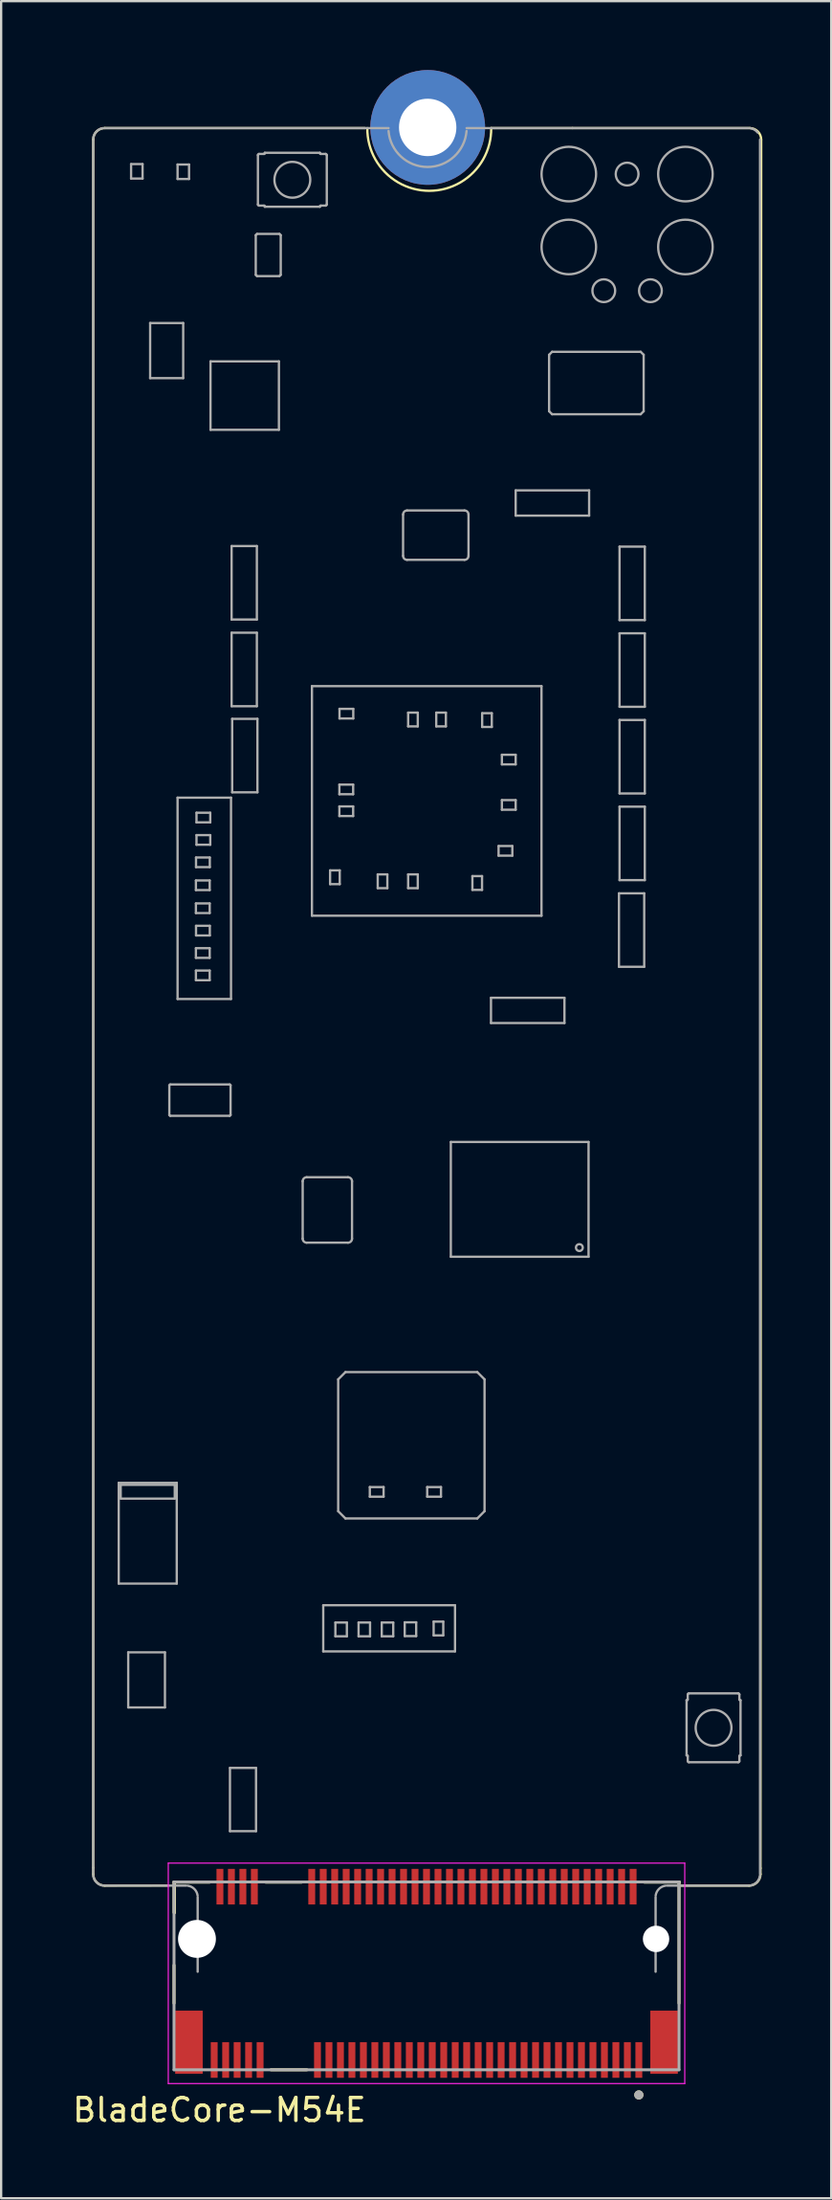
<source format=kicad_pcb>
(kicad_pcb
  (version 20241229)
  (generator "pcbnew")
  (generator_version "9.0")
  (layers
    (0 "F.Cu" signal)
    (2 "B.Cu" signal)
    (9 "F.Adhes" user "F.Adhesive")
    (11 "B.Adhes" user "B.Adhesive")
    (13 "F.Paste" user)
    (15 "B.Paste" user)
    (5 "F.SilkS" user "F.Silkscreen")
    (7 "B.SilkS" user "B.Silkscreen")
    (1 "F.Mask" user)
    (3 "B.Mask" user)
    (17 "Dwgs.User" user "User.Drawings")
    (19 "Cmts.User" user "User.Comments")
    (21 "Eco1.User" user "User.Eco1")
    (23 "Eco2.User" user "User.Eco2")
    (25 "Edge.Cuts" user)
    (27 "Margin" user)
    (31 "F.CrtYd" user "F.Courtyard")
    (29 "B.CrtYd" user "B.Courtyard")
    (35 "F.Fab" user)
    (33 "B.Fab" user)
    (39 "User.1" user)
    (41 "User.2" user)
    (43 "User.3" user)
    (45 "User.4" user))
  (footprint "BladeCore-M54E"
    (layer "F.Cu")
    (at 15.531 85)
    (property "Reference" "BladeCore-M54E" (at -9.025 3.85 0) (layer "F.SilkS") (effects (font (size 1 1) (thickness 0.15))))
    (attr smd)
    (fp_line (start -14.52 -6.7) (end -14.52 -81.97) (stroke (width 0.1) (type default)) (layer "F.SilkS"))
    (fp_line (start -14.52 -6.421) (end -14.52 -6.7) (stroke (width 0.1) (type default)) (layer "F.SilkS"))
    (fp_line (start -14.02 -82.47) (end -2.68 -82.47) (stroke (width 0.1) (type default)) (layer "F.SilkS"))
    (fp_line (start -11.271 -5.926) (end -14.019 -5.921) (stroke (width 0.1) (type default)) (layer "F.SilkS"))
    (fp_line (start -11 -6.08) (end -11 -4.745) (stroke (width 0.127) (type solid)) (layer "F.SilkS"))
    (fp_line (start -11 -6.08) (end -9.47 -6.08) (stroke (width 0.127) (type solid)) (layer "F.SilkS"))
    (fp_line (start -11 -0.795) (end -11 -2.455) (stroke (width 0.127) (type solid)) (layer "F.SilkS"))
    (fp_line (start -10.98 -6.07) (end -10.98 -4.735) (stroke (width 0.127) (type solid)) (layer "F.SilkS"))
    (fp_line (start -10.98 -6.07) (end -9.45 -6.07) (stroke (width 0.127) (type solid)) (layer "F.SilkS"))
    (fp_line (start -5.463 -6.08) (end -7.027 -6.08) (stroke (width 0.127) (type solid)) (layer "F.SilkS"))
    (fp_line (start -5.444 -6.07) (end -7.006 -6.07) (stroke (width 0.127) (type solid)) (layer "F.SilkS"))
    (fp_line (start -5.213 2.1) (end -6.777 2.1) (stroke (width 0.127) (type solid)) (layer "F.SilkS"))
    (fp_line (start 2.818 -82.471) (end 6.36 -82.47) (stroke (width 0.1) (type default)) (layer "F.SilkS"))
    (fp_line (start 6.36 -82.47) (end 14.08 -82.47) (stroke (width 0.1) (type default)) (layer "F.SilkS"))
    (fp_line (start 9.47 -6.08) (end 11 -6.08) (stroke (width 0.127) (type solid)) (layer "F.SilkS"))
    (fp_line (start 9.49 -6.07) (end 11.02 -6.07) (stroke (width 0.127) (type solid)) (layer "F.SilkS"))
    (fp_line (start 11 -6.08) (end 11 -0.795) (stroke (width 0.127) (type solid)) (layer "F.SilkS"))
    (fp_line (start 14.05 -5.92) (end 11.1 -5.92) (stroke (width 0.1) (type default)) (layer "F.SilkS"))
    (fp_line (start 14.55 -6.68) (end 14.55 -6.42) (stroke (width 0.1) (type default)) (layer "F.SilkS"))
    (fp_line (start 14.58 -81.97) (end 14.55 -6.68) (stroke (width 0.1) (type default)) (layer "F.SilkS"))
    (fp_arc (start -14.52 -81.97) (mid -14.373553 -82.323553) (end -14.02 -82.47) (stroke (width 0.1) (type default)) (layer "F.SilkS"))
    (fp_arc (start -14.019028 -5.920974) (mid -14.37321 -6.067076) (end -14.52 -6.420973) (stroke (width 0.1) (type default)) (layer "F.SilkS"))
    (fp_arc (start 2.817897 -82.470769) (mid 0.12093 -79.741928) (end -2.577919 -82.468907) (stroke (width 0.1) (type default)) (layer "F.SilkS"))
    (fp_arc (start 14.079802 -82.47) (mid 14.433424 -82.323483) (end 14.579802 -81.969802) (stroke (width 0.1) (type default)) (layer "F.SilkS"))
    (fp_arc (start 14.55 -6.42) (mid 14.403553 -6.066447) (end 14.05 -5.92) (stroke (width 0.1) (type default)) (layer "F.SilkS"))
    (fp_circle (center 9.25 3.196) (end 9.15 3.196) (stroke (width 0.2) (type solid)) (fill no) (layer "F.SilkS"))
    (fp_line (start -11.25 -6.9) (end -11.25 2.7) (stroke (width 0.05) (type solid)) (layer "F.CrtYd"))
    (fp_line (start -11.25 2.7) (end 11.25 2.7) (stroke (width 0.05) (type solid)) (layer "F.CrtYd"))
    (fp_line (start 11.25 -6.9) (end -11.25 -6.9) (stroke (width 0.05) (type solid)) (layer "F.CrtYd"))
    (fp_line (start 11.25 2.7) (end 11.25 -6.9) (stroke (width 0.05) (type solid)) (layer "F.CrtYd"))
    (fp_line (start -14.52 -6.42) (end -14.52 -81.97) (stroke (width 0.1) (type default)) (layer "F.Fab"))
    (fp_line (start -14.02 -82.47) (end -1.653 -82.47) (stroke (width 0.1) (type default)) (layer "F.Fab"))
    (fp_line (start -13.409 -23.464) (end -13.409 -19.076) (stroke (width 0.1) (type default)) (layer "F.Fab"))
    (fp_line (start -13.409 -19.076) (end -10.881 -19.076) (stroke (width 0.1) (type default)) (layer "F.Fab"))
    (fp_line (start -13.323 -23.378) (end -10.967 -23.378) (stroke (width 0.1) (type default)) (layer "F.Fab"))
    (fp_line (start -13.323 -22.778) (end -13.323 -23.378) (stroke (width 0.1) (type default)) (layer "F.Fab"))
    (fp_line (start -12.995 -16.082) (end -12.995 -13.682) (stroke (width 0.1) (type default)) (layer "F.Fab"))
    (fp_line (start -12.995 -13.682) (end -11.395 -13.682) (stroke (width 0.1) (type default)) (layer "F.Fab"))
    (fp_line (start -12.87 -80.903) (end -12.87 -80.272) (stroke (width 0.1) (type default)) (layer "F.Fab"))
    (fp_line (start -12.87 -80.272) (end -12.37 -80.272) (stroke (width 0.1) (type default)) (layer "F.Fab"))
    (fp_line (start -12.37 -80.903) (end -12.87 -80.903) (stroke (width 0.1) (type default)) (layer "F.Fab"))
    (fp_line (start -12.37 -80.272) (end -12.37 -80.903) (stroke (width 0.1) (type default)) (layer "F.Fab"))
    (fp_line (start -12.04 -73.98) (end -12.04 -71.58) (stroke (width 0.1) (type default)) (layer "F.Fab"))
    (fp_line (start -12.04 -71.58) (end -10.6 -71.58) (stroke (width 0.1) (type default)) (layer "F.Fab"))
    (fp_line (start -11.395 -16.082) (end -12.995 -16.082) (stroke (width 0.1) (type default)) (layer "F.Fab"))
    (fp_line (start -11.395 -13.682) (end -11.395 -16.082) (stroke (width 0.1) (type default)) (layer "F.Fab"))
    (fp_line (start -11.204 -40.779) (end -11.204 -39.486) (stroke (width 0.1) (type default)) (layer "F.Fab"))
    (fp_line (start -11.204 -39.486) (end -11.167 -39.449) (stroke (width 0.1) (type default)) (layer "F.Fab"))
    (fp_line (start -11.167 -40.816) (end -11.204 -40.779) (stroke (width 0.1) (type default)) (layer "F.Fab"))
    (fp_line (start -11.167 -39.449) (end -8.573 -39.449) (stroke (width 0.1) (type default)) (layer "F.Fab"))
    (fp_line (start -11 -6.08) (end 11 -6.08) (stroke (width 0.127) (type solid)) (layer "F.Fab"))
    (fp_line (start -11 2.1) (end -11 -6.08) (stroke (width 0.127) (type solid)) (layer "F.Fab"))
    (fp_line (start -10.967 -23.378) (end -10.967 -22.778) (stroke (width 0.1) (type default)) (layer "F.Fab"))
    (fp_line (start -10.967 -22.778) (end -13.323 -22.778) (stroke (width 0.1) (type default)) (layer "F.Fab"))
    (fp_line (start -10.881 -23.464) (end -13.409 -23.464) (stroke (width 0.1) (type default)) (layer "F.Fab"))
    (fp_line (start -10.881 -19.076) (end -10.881 -23.464) (stroke (width 0.1) (type default)) (layer "F.Fab"))
    (fp_line (start -10.845 -53.308) (end -8.517 -53.308) (stroke (width 0.1) (type default)) (layer "F.Fab"))
    (fp_line (start -10.845 -44.538) (end -10.845 -53.308) (stroke (width 0.1) (type default)) (layer "F.Fab"))
    (fp_line (start -10.845 -80.885) (end -10.845 -80.255) (stroke (width 0.1) (type default)) (layer "F.Fab"))
    (fp_line (start -10.845 -80.255) (end -10.345 -80.255) (stroke (width 0.1) (type default)) (layer "F.Fab"))
    (fp_line (start -10.6 -73.98) (end -12.04 -73.98) (stroke (width 0.1) (type default)) (layer "F.Fab"))
    (fp_line (start -10.6 -71.58) (end -10.6 -73.98) (stroke (width 0.1) (type default)) (layer "F.Fab"))
    (fp_line (start -10.47 -5.92) (end -14.02 -5.92) (stroke (width 0.1) (type default)) (layer "F.Fab"))
    (fp_line (start -10.345 -80.885) (end -10.845 -80.885) (stroke (width 0.1) (type default)) (layer "F.Fab"))
    (fp_line (start -10.345 -80.255) (end -10.345 -80.885) (stroke (width 0.1) (type default)) (layer "F.Fab"))
    (fp_line (start -10.046 -49.701) (end -9.446 -49.701) (stroke (width 0.1) (type default)) (layer "F.Fab"))
    (fp_line (start -10.046 -49.281) (end -10.046 -49.701) (stroke (width 0.1) (type default)) (layer "F.Fab"))
    (fp_line (start -10.046 -48.701) (end -9.446 -48.701) (stroke (width 0.1) (type default)) (layer "F.Fab"))
    (fp_line (start -10.046 -48.281) (end -10.046 -48.701) (stroke (width 0.1) (type default)) (layer "F.Fab"))
    (fp_line (start -10.046 -46.751) (end -9.446 -46.751) (stroke (width 0.1) (type default)) (layer "F.Fab"))
    (fp_line (start -10.046 -46.331) (end -10.046 -46.751) (stroke (width 0.1) (type default)) (layer "F.Fab"))
    (fp_line (start -10.046 -45.776) (end -9.446 -45.776) (stroke (width 0.1) (type default)) (layer "F.Fab"))
    (fp_line (start -10.046 -45.356) (end -10.046 -45.776) (stroke (width 0.1) (type default)) (layer "F.Fab"))
    (fp_line (start -10.041 -50.701) (end -9.441 -50.701) (stroke (width 0.1) (type default)) (layer "F.Fab"))
    (fp_line (start -10.041 -50.281) (end -10.041 -50.701) (stroke (width 0.1) (type default)) (layer "F.Fab"))
    (fp_line (start -10.041 -47.726) (end -9.441 -47.726) (stroke (width 0.1) (type default)) (layer "F.Fab"))
    (fp_line (start -10.041 -47.306) (end -10.041 -47.726) (stroke (width 0.1) (type default)) (layer "F.Fab"))
    (fp_line (start -10.021 -52.651) (end -9.421 -52.651) (stroke (width 0.1) (type default)) (layer "F.Fab"))
    (fp_line (start -10.021 -52.231) (end -10.021 -52.651) (stroke (width 0.1) (type default)) (layer "F.Fab"))
    (fp_line (start -10.021 -51.676) (end -9.421 -51.676) (stroke (width 0.1) (type default)) (layer "F.Fab"))
    (fp_line (start -10.021 -51.256) (end -10.021 -51.676) (stroke (width 0.1) (type default)) (layer "F.Fab"))
    (fp_line (start -9.97 -2.17) (end -9.97 -5.42) (stroke (width 0.1) (type default)) (layer "F.Fab"))
    (fp_line (start -9.446 -49.701) (end -9.446 -49.281) (stroke (width 0.1) (type default)) (layer "F.Fab"))
    (fp_line (start -9.446 -49.281) (end -10.046 -49.281) (stroke (width 0.1) (type default)) (layer "F.Fab"))
    (fp_line (start -9.446 -48.701) (end -9.446 -48.281) (stroke (width 0.1) (type default)) (layer "F.Fab"))
    (fp_line (start -9.446 -48.281) (end -10.046 -48.281) (stroke (width 0.1) (type default)) (layer "F.Fab"))
    (fp_line (start -9.446 -46.751) (end -9.446 -46.331) (stroke (width 0.1) (type default)) (layer "F.Fab"))
    (fp_line (start -9.446 -46.331) (end -10.046 -46.331) (stroke (width 0.1) (type default)) (layer "F.Fab"))
    (fp_line (start -9.446 -45.776) (end -9.446 -45.356) (stroke (width 0.1) (type default)) (layer "F.Fab"))
    (fp_line (start -9.446 -45.356) (end -10.046 -45.356) (stroke (width 0.1) (type default)) (layer "F.Fab"))
    (fp_line (start -9.441 -50.701) (end -9.441 -50.281) (stroke (width 0.1) (type default)) (layer "F.Fab"))
    (fp_line (start -9.441 -50.281) (end -10.041 -50.281) (stroke (width 0.1) (type default)) (layer "F.Fab"))
    (fp_line (start -9.441 -47.726) (end -9.441 -47.306) (stroke (width 0.1) (type default)) (layer "F.Fab"))
    (fp_line (start -9.441 -47.306) (end -10.041 -47.306) (stroke (width 0.1) (type default)) (layer "F.Fab"))
    (fp_line (start -9.421 -52.651) (end -9.421 -52.231) (stroke (width 0.1) (type default)) (layer "F.Fab"))
    (fp_line (start -9.421 -52.231) (end -10.021 -52.231) (stroke (width 0.1) (type default)) (layer "F.Fab"))
    (fp_line (start -9.421 -51.676) (end -9.421 -51.256) (stroke (width 0.1) (type default)) (layer "F.Fab"))
    (fp_line (start -9.421 -51.256) (end -10.021 -51.256) (stroke (width 0.1) (type default)) (layer "F.Fab"))
    (fp_line (start -9.41 -72.31) (end -9.41 -69.33) (stroke (width 0.1) (type default)) (layer "F.Fab"))
    (fp_line (start -9.41 -69.33) (end -6.43 -69.33) (stroke (width 0.1) (type default)) (layer "F.Fab"))
    (fp_line (start -8.573 -40.816) (end -11.167 -40.816) (stroke (width 0.1) (type default)) (layer "F.Fab"))
    (fp_line (start -8.573 -39.449) (end -8.536 -39.486) (stroke (width 0.1) (type default)) (layer "F.Fab"))
    (fp_line (start -8.563 -11.048) (end -8.563 -8.292) (stroke (width 0.1) (type default)) (layer "F.Fab"))
    (fp_line (start -8.563 -8.292) (end -7.427 -8.292) (stroke (width 0.1) (type default)) (layer "F.Fab"))
    (fp_line (start -8.536 -40.779) (end -8.573 -40.816) (stroke (width 0.1) (type default)) (layer "F.Fab"))
    (fp_line (start -8.536 -39.486) (end -8.536 -40.779) (stroke (width 0.1) (type default)) (layer "F.Fab"))
    (fp_line (start -8.517 -53.308) (end -8.517 -44.538) (stroke (width 0.1) (type default)) (layer "F.Fab"))
    (fp_line (start -8.517 -44.538) (end -10.845 -44.538) (stroke (width 0.1) (type default)) (layer "F.Fab"))
    (fp_line (start -8.491 -64.266) (end -8.491 -61.066) (stroke (width 0.1) (type default)) (layer "F.Fab"))
    (fp_line (start -8.491 -61.066) (end -7.391 -61.066) (stroke (width 0.1) (type default)) (layer "F.Fab"))
    (fp_line (start -8.491 -60.491) (end -8.491 -57.291) (stroke (width 0.1) (type default)) (layer "F.Fab"))
    (fp_line (start -8.491 -57.291) (end -7.391 -57.291) (stroke (width 0.1) (type default)) (layer "F.Fab"))
    (fp_line (start -8.466 -56.741) (end -8.466 -53.541) (stroke (width 0.1) (type default)) (layer "F.Fab"))
    (fp_line (start -8.466 -53.541) (end -7.366 -53.541) (stroke (width 0.1) (type default)) (layer "F.Fab"))
    (fp_line (start -7.439 -77.807) (end -7.439 -76.078) (stroke (width 0.1) (type default)) (layer "F.Fab"))
    (fp_line (start -7.439 -76.078) (end -7.384 -76.024) (stroke (width 0.1) (type default)) (layer "F.Fab"))
    (fp_line (start -7.427 -11.048) (end -8.563 -11.048) (stroke (width 0.1) (type default)) (layer "F.Fab"))
    (fp_line (start -7.427 -8.292) (end -7.427 -11.048) (stroke (width 0.1) (type default)) (layer "F.Fab"))
    (fp_line (start -7.391 -64.266) (end -8.491 -64.266) (stroke (width 0.1) (type default)) (layer "F.Fab"))
    (fp_line (start -7.391 -61.066) (end -7.391 -64.266) (stroke (width 0.1) (type default)) (layer "F.Fab"))
    (fp_line (start -7.391 -60.491) (end -8.491 -60.491) (stroke (width 0.1) (type default)) (layer "F.Fab"))
    (fp_line (start -7.391 -57.291) (end -7.391 -60.491) (stroke (width 0.1) (type default)) (layer "F.Fab"))
    (fp_line (start -7.384 -77.861) (end -7.439 -77.807) (stroke (width 0.1) (type default)) (layer "F.Fab"))
    (fp_line (start -7.384 -76.024) (end -6.406 -76.024) (stroke (width 0.1) (type default)) (layer "F.Fab"))
    (fp_line (start -7.366 -56.741) (end -8.466 -56.741) (stroke (width 0.1) (type default)) (layer "F.Fab"))
    (fp_line (start -7.366 -53.541) (end -7.366 -56.741) (stroke (width 0.1) (type default)) (layer "F.Fab"))
    (fp_line (start -7.345 -81.295) (end -7.345 -79.145) (stroke (width 0.1) (type default)) (layer "F.Fab"))
    (fp_line (start -7.295 -79.095) (end -7.075 -79.095) (stroke (width 0.1) (type default)) (layer "F.Fab"))
    (fp_line (start -7.075 -81.345) (end -7.295 -81.345) (stroke (width 0.1) (type default)) (layer "F.Fab"))
    (fp_line (start -7.045 -81.395) (end -7.045 -81.375) (stroke (width 0.1) (type default)) (layer "F.Fab"))
    (fp_line (start -7.045 -79.065) (end -7.045 -79.045) (stroke (width 0.1) (type default)) (layer "F.Fab"))
    (fp_line (start -7.045 -79.045) (end -4.645 -79.045) (stroke (width 0.1) (type default)) (layer "F.Fab"))
    (fp_line (start -6.43 -72.31) (end -9.41 -72.31) (stroke (width 0.1) (type default)) (layer "F.Fab"))
    (fp_line (start -6.43 -69.33) (end -6.43 -72.31) (stroke (width 0.1) (type default)) (layer "F.Fab"))
    (fp_line (start -6.406 -77.861) (end -7.384 -77.861) (stroke (width 0.1) (type default)) (layer "F.Fab"))
    (fp_line (start -6.406 -76.024) (end -6.351 -76.078) (stroke (width 0.1) (type default)) (layer "F.Fab"))
    (fp_line (start -6.351 -77.807) (end -6.406 -77.861) (stroke (width 0.1) (type default)) (layer "F.Fab"))
    (fp_line (start -6.351 -76.078) (end -6.351 -77.807) (stroke (width 0.1) (type default)) (layer "F.Fab"))
    (fp_line (start -5.395 -36.6) (end -5.395 -34.1) (stroke (width 0.1) (type default)) (layer "F.Fab"))
    (fp_line (start -5.22 -33.925) (end -3.42 -33.925) (stroke (width 0.1) (type default)) (layer "F.Fab"))
    (fp_line (start -4.991 -58.166) (end -4.991 -48.166) (stroke (width 0.1) (type default)) (layer "F.Fab"))
    (fp_line (start -4.991 -48.166) (end 5.009 -48.166) (stroke (width 0.1) (type default)) (layer "F.Fab"))
    (fp_line (start -4.645 -81.395) (end -7.045 -81.395) (stroke (width 0.1) (type default)) (layer "F.Fab"))
    (fp_line (start -4.645 -81.375) (end -4.645 -81.395) (stroke (width 0.1) (type default)) (layer "F.Fab"))
    (fp_line (start -4.645 -79.045) (end -4.645 -79.065) (stroke (width 0.1) (type default)) (layer "F.Fab"))
    (fp_line (start -4.615 -79.095) (end -4.395 -79.095) (stroke (width 0.1) (type default)) (layer "F.Fab"))
    (fp_line (start -4.499 -18.132) (end -4.499 -16.123) (stroke (width 0.1) (type default)) (layer "F.Fab"))
    (fp_line (start -4.499 -16.123) (end 1.242 -16.123) (stroke (width 0.1) (type default)) (layer "F.Fab"))
    (fp_line (start -4.395 -81.345) (end -4.615 -81.345) (stroke (width 0.1) (type default)) (layer "F.Fab"))
    (fp_line (start -4.345 -79.145) (end -4.345 -81.295) (stroke (width 0.1) (type default)) (layer "F.Fab"))
    (fp_line (start -4.201 -50.141) (end -3.781 -50.141) (stroke (width 0.1) (type default)) (layer "F.Fab"))
    (fp_line (start -4.201 -49.541) (end -4.201 -50.141) (stroke (width 0.1) (type default)) (layer "F.Fab"))
    (fp_line (start -3.97 -17.38) (end -3.47 -17.38) (stroke (width 0.1) (type default)) (layer "F.Fab"))
    (fp_line (start -3.97 -16.78) (end -3.97 -17.38) (stroke (width 0.1) (type default)) (layer "F.Fab"))
    (fp_line (start -3.848 -27.971) (end -3.848 -22.229) (stroke (width 0.1) (type default)) (layer "F.Fab"))
    (fp_line (start -3.848 -22.229) (end -3.531 -21.912) (stroke (width 0.1) (type default)) (layer "F.Fab"))
    (fp_line (start -3.796 -53.876) (end -3.196 -53.876) (stroke (width 0.1) (type default)) (layer "F.Fab"))
    (fp_line (start -3.796 -53.456) (end -3.796 -53.876) (stroke (width 0.1) (type default)) (layer "F.Fab"))
    (fp_line (start -3.796 -52.926) (end -3.196 -52.926) (stroke (width 0.1) (type default)) (layer "F.Fab"))
    (fp_line (start -3.796 -52.506) (end -3.796 -52.926) (stroke (width 0.1) (type default)) (layer "F.Fab"))
    (fp_line (start -3.791 -57.176) (end -3.191 -57.176) (stroke (width 0.1) (type default)) (layer "F.Fab"))
    (fp_line (start -3.791 -56.756) (end -3.791 -57.176) (stroke (width 0.1) (type default)) (layer "F.Fab"))
    (fp_line (start -3.781 -50.141) (end -3.781 -49.541) (stroke (width 0.1) (type default)) (layer "F.Fab"))
    (fp_line (start -3.781 -49.541) (end -4.201 -49.541) (stroke (width 0.1) (type default)) (layer "F.Fab"))
    (fp_line (start -3.531 -28.288) (end -3.848 -27.971) (stroke (width 0.1) (type default)) (layer "F.Fab"))
    (fp_line (start -3.531 -21.912) (end 2.211 -21.912) (stroke (width 0.1) (type default)) (layer "F.Fab"))
    (fp_line (start -3.47 -17.38) (end -3.47 -16.78) (stroke (width 0.1) (type default)) (layer "F.Fab"))
    (fp_line (start -3.47 -16.78) (end -3.97 -16.78) (stroke (width 0.1) (type default)) (layer "F.Fab"))
    (fp_line (start -3.42 -36.775) (end -5.22 -36.775) (stroke (width 0.1) (type default)) (layer "F.Fab"))
    (fp_line (start -3.245 -34.1) (end -3.245 -36.6) (stroke (width 0.1) (type default)) (layer "F.Fab"))
    (fp_line (start -3.196 -53.876) (end -3.196 -53.456) (stroke (width 0.1) (type default)) (layer "F.Fab"))
    (fp_line (start -3.196 -53.456) (end -3.796 -53.456) (stroke (width 0.1) (type default)) (layer "F.Fab"))
    (fp_line (start -3.196 -52.926) (end -3.196 -52.506) (stroke (width 0.1) (type default)) (layer "F.Fab"))
    (fp_line (start -3.196 -52.506) (end -3.796 -52.506) (stroke (width 0.1) (type default)) (layer "F.Fab"))
    (fp_line (start -3.191 -57.176) (end -3.191 -56.756) (stroke (width 0.1) (type default)) (layer "F.Fab"))
    (fp_line (start -3.191 -56.756) (end -3.791 -56.756) (stroke (width 0.1) (type default)) (layer "F.Fab"))
    (fp_line (start -2.96 -17.38) (end -2.46 -17.38) (stroke (width 0.1) (type default)) (layer "F.Fab"))
    (fp_line (start -2.96 -16.78) (end -2.96 -17.38) (stroke (width 0.1) (type default)) (layer "F.Fab"))
    (fp_line (start -2.47 -23.28) (end -1.87 -23.28) (stroke (width 0.1) (type default)) (layer "F.Fab"))
    (fp_line (start -2.47 -22.86) (end -2.47 -23.28) (stroke (width 0.1) (type default)) (layer "F.Fab"))
    (fp_line (start -2.46 -17.38) (end -2.46 -16.78) (stroke (width 0.1) (type default)) (layer "F.Fab"))
    (fp_line (start -2.46 -16.78) (end -2.96 -16.78) (stroke (width 0.1) (type default)) (layer "F.Fab"))
    (fp_line (start -2.126 -49.966) (end -1.706 -49.966) (stroke (width 0.1) (type default)) (layer "F.Fab"))
    (fp_line (start -2.126 -49.366) (end -2.126 -49.966) (stroke (width 0.1) (type default)) (layer "F.Fab"))
    (fp_line (start -1.95 -17.38) (end -1.45 -17.38) (stroke (width 0.1) (type default)) (layer "F.Fab"))
    (fp_line (start -1.95 -16.78) (end -1.95 -17.38) (stroke (width 0.1) (type default)) (layer "F.Fab"))
    (fp_line (start -1.87 -23.28) (end -1.87 -22.86) (stroke (width 0.1) (type default)) (layer "F.Fab"))
    (fp_line (start -1.87 -22.86) (end -2.47 -22.86) (stroke (width 0.1) (type default)) (layer "F.Fab"))
    (fp_line (start -1.706 -49.966) (end -1.706 -49.366) (stroke (width 0.1) (type default)) (layer "F.Fab"))
    (fp_line (start -1.706 -49.366) (end -2.126 -49.366) (stroke (width 0.1) (type default)) (layer "F.Fab"))
    (fp_line (start -1.45 -17.38) (end -1.45 -16.78) (stroke (width 0.1) (type default)) (layer "F.Fab"))
    (fp_line (start -1.45 -16.78) (end -1.95 -16.78) (stroke (width 0.1) (type default)) (layer "F.Fab"))
    (fp_line (start -1.021 -65.641) (end -1.021 -63.841) (stroke (width 0.1) (type default)) (layer "F.Fab"))
    (fp_line (start -0.95 -17.39) (end -0.45 -17.39) (stroke (width 0.1) (type default)) (layer "F.Fab"))
    (fp_line (start -0.95 -16.79) (end -0.95 -17.39) (stroke (width 0.1) (type default)) (layer "F.Fab"))
    (fp_line (start -0.846 -63.666) (end 1.654 -63.666) (stroke (width 0.1) (type default)) (layer "F.Fab"))
    (fp_line (start -0.801 -57.011) (end -0.381 -57.011) (stroke (width 0.1) (type default)) (layer "F.Fab"))
    (fp_line (start -0.801 -56.411) (end -0.801 -57.011) (stroke (width 0.1) (type default)) (layer "F.Fab"))
    (fp_line (start -0.801 -49.966) (end -0.381 -49.966) (stroke (width 0.1) (type default)) (layer "F.Fab"))
    (fp_line (start -0.801 -49.366) (end -0.801 -49.966) (stroke (width 0.1) (type default)) (layer "F.Fab"))
    (fp_line (start -0.45 -17.39) (end -0.45 -16.79) (stroke (width 0.1) (type default)) (layer "F.Fab"))
    (fp_line (start -0.45 -16.79) (end -0.95 -16.79) (stroke (width 0.1) (type default)) (layer "F.Fab"))
    (fp_line (start -0.381 -57.011) (end -0.381 -56.411) (stroke (width 0.1) (type default)) (layer "F.Fab"))
    (fp_line (start -0.381 -56.411) (end -0.801 -56.411) (stroke (width 0.1) (type default)) (layer "F.Fab"))
    (fp_line (start -0.381 -49.966) (end -0.381 -49.366) (stroke (width 0.1) (type default)) (layer "F.Fab"))
    (fp_line (start -0.381 -49.366) (end -0.801 -49.366) (stroke (width 0.1) (type default)) (layer "F.Fab"))
    (fp_line (start 0.03 -23.28) (end 0.63 -23.28) (stroke (width 0.1) (type default)) (layer "F.Fab"))
    (fp_line (start 0.03 -22.86) (end 0.03 -23.28) (stroke (width 0.1) (type default)) (layer "F.Fab"))
    (fp_line (start 0.31 -17.42) (end 0.73 -17.42) (stroke (width 0.1) (type default)) (layer "F.Fab"))
    (fp_line (start 0.31 -16.82) (end 0.31 -17.42) (stroke (width 0.1) (type default)) (layer "F.Fab"))
    (fp_line (start 0.424 -57.011) (end 0.844 -57.011) (stroke (width 0.1) (type default)) (layer "F.Fab"))
    (fp_line (start 0.424 -56.411) (end 0.424 -57.011) (stroke (width 0.1) (type default)) (layer "F.Fab"))
    (fp_line (start 0.63 -23.28) (end 0.63 -22.86) (stroke (width 0.1) (type default)) (layer "F.Fab"))
    (fp_line (start 0.63 -22.86) (end 0.03 -22.86) (stroke (width 0.1) (type default)) (layer "F.Fab"))
    (fp_line (start 0.73 -17.42) (end 0.73 -16.82) (stroke (width 0.1) (type default)) (layer "F.Fab"))
    (fp_line (start 0.73 -16.82) (end 0.31 -16.82) (stroke (width 0.1) (type default)) (layer "F.Fab"))
    (fp_line (start 0.844 -57.011) (end 0.844 -56.411) (stroke (width 0.1) (type default)) (layer "F.Fab"))
    (fp_line (start 0.844 -56.411) (end 0.424 -56.411) (stroke (width 0.1) (type default)) (layer "F.Fab"))
    (fp_line (start 1.059 -38.311) (end 1.059 -33.311) (stroke (width 0.1) (type default)) (layer "F.Fab"))
    (fp_line (start 1.059 -33.311) (end 7.059 -33.311) (stroke (width 0.1) (type default)) (layer "F.Fab"))
    (fp_line (start 1.242 -18.132) (end -4.499 -18.132) (stroke (width 0.1) (type default)) (layer "F.Fab"))
    (fp_line (start 1.242 -16.123) (end 1.242 -18.132) (stroke (width 0.1) (type default)) (layer "F.Fab"))
    (fp_line (start 1.654 -65.816) (end -0.846 -65.816) (stroke (width 0.1) (type default)) (layer "F.Fab"))
    (fp_line (start 1.745 -82.47) (end 14.03 -82.47) (stroke (width 0.1) (type default)) (layer "F.Fab"))
    (fp_line (start 1.829 -63.841) (end 1.829 -65.641) (stroke (width 0.1) (type default)) (layer "F.Fab"))
    (fp_line (start 1.999 -49.891) (end 2.419 -49.891) (stroke (width 0.1) (type default)) (layer "F.Fab"))
    (fp_line (start 1.999 -49.291) (end 1.999 -49.891) (stroke (width 0.1) (type default)) (layer "F.Fab"))
    (fp_line (start 2.211 -28.288) (end -3.531 -28.288) (stroke (width 0.1) (type default)) (layer "F.Fab"))
    (fp_line (start 2.211 -21.912) (end 2.528 -22.229) (stroke (width 0.1) (type default)) (layer "F.Fab"))
    (fp_line (start 2.419 -49.891) (end 2.419 -49.291) (stroke (width 0.1) (type default)) (layer "F.Fab"))
    (fp_line (start 2.419 -49.291) (end 1.999 -49.291) (stroke (width 0.1) (type default)) (layer "F.Fab"))
    (fp_line (start 2.424 -56.986) (end 2.844 -56.986) (stroke (width 0.1) (type default)) (layer "F.Fab"))
    (fp_line (start 2.424 -56.386) (end 2.424 -56.986) (stroke (width 0.1) (type default)) (layer "F.Fab"))
    (fp_line (start 2.528 -27.971) (end 2.211 -28.288) (stroke (width 0.1) (type default)) (layer "F.Fab"))
    (fp_line (start 2.528 -22.229) (end 2.528 -27.971) (stroke (width 0.1) (type default)) (layer "F.Fab"))
    (fp_line (start 2.809 -44.591) (end 2.809 -43.491) (stroke (width 0.1) (type default)) (layer "F.Fab"))
    (fp_line (start 2.809 -43.491) (end 6.009 -43.491) (stroke (width 0.1) (type default)) (layer "F.Fab"))
    (fp_line (start 2.844 -56.986) (end 2.844 -56.386) (stroke (width 0.1) (type default)) (layer "F.Fab"))
    (fp_line (start 2.844 -56.386) (end 2.424 -56.386) (stroke (width 0.1) (type default)) (layer "F.Fab"))
    (fp_line (start 3.139 -51.201) (end 3.739 -51.201) (stroke (width 0.1) (type default)) (layer "F.Fab"))
    (fp_line (start 3.139 -50.781) (end 3.139 -51.201) (stroke (width 0.1) (type default)) (layer "F.Fab"))
    (fp_line (start 3.284 -55.176) (end 3.884 -55.176) (stroke (width 0.1) (type default)) (layer "F.Fab"))
    (fp_line (start 3.284 -54.756) (end 3.284 -55.176) (stroke (width 0.1) (type default)) (layer "F.Fab"))
    (fp_line (start 3.284 -53.201) (end 3.884 -53.201) (stroke (width 0.1) (type default)) (layer "F.Fab"))
    (fp_line (start 3.284 -52.781) (end 3.284 -53.201) (stroke (width 0.1) (type default)) (layer "F.Fab"))
    (fp_line (start 3.739 -51.201) (end 3.739 -50.781) (stroke (width 0.1) (type default)) (layer "F.Fab"))
    (fp_line (start 3.739 -50.781) (end 3.139 -50.781) (stroke (width 0.1) (type default)) (layer "F.Fab"))
    (fp_line (start 3.884 -66.691) (end 3.884 -65.591) (stroke (width 0.1) (type default)) (layer "F.Fab"))
    (fp_line (start 3.884 -65.591) (end 7.084 -65.591) (stroke (width 0.1) (type default)) (layer "F.Fab"))
    (fp_line (start 3.884 -55.176) (end 3.884 -54.756) (stroke (width 0.1) (type default)) (layer "F.Fab"))
    (fp_line (start 3.884 -54.756) (end 3.284 -54.756) (stroke (width 0.1) (type default)) (layer "F.Fab"))
    (fp_line (start 3.884 -53.201) (end 3.884 -52.781) (stroke (width 0.1) (type default)) (layer "F.Fab"))
    (fp_line (start 3.884 -52.781) (end 3.284 -52.781) (stroke (width 0.1) (type default)) (layer "F.Fab"))
    (fp_line (start 5.009 -58.166) (end -4.991 -58.166) (stroke (width 0.1) (type default)) (layer "F.Fab"))
    (fp_line (start 5.009 -48.166) (end 5.009 -58.166) (stroke (width 0.1) (type default)) (layer "F.Fab"))
    (fp_line (start 5.34 -72.597) (end 5.34 -70.138) (stroke (width 0.1) (type default)) (layer "F.Fab"))
    (fp_line (start 5.34 -70.138) (end 5.47 -70.008) (stroke (width 0.1) (type default)) (layer "F.Fab"))
    (fp_line (start 5.47 -72.727) (end 5.34 -72.597) (stroke (width 0.1) (type default)) (layer "F.Fab"))
    (fp_line (start 5.47 -70.008) (end 9.33 -70.008) (stroke (width 0.1) (type default)) (layer "F.Fab"))
    (fp_line (start 6.009 -44.591) (end 2.809 -44.591) (stroke (width 0.1) (type default)) (layer "F.Fab"))
    (fp_line (start 6.009 -43.491) (end 6.009 -44.591) (stroke (width 0.1) (type default)) (layer "F.Fab"))
    (fp_line (start 7.059 -38.311) (end 1.059 -38.311) (stroke (width 0.1) (type default)) (layer "F.Fab"))
    (fp_line (start 7.059 -33.311) (end 7.059 -38.311) (stroke (width 0.1) (type default)) (layer "F.Fab"))
    (fp_line (start 7.084 -66.691) (end 3.884 -66.691) (stroke (width 0.1) (type default)) (layer "F.Fab"))
    (fp_line (start 7.084 -65.591) (end 7.084 -66.691) (stroke (width 0.1) (type default)) (layer "F.Fab"))
    (fp_line (start 8.384 -49.141) (end 8.384 -45.941) (stroke (width 0.1) (type default)) (layer "F.Fab"))
    (fp_line (start 8.384 -45.941) (end 9.484 -45.941) (stroke (width 0.1) (type default)) (layer "F.Fab"))
    (fp_line (start 8.409 -64.241) (end 8.409 -61.041) (stroke (width 0.1) (type default)) (layer "F.Fab"))
    (fp_line (start 8.409 -61.041) (end 9.509 -61.041) (stroke (width 0.1) (type default)) (layer "F.Fab"))
    (fp_line (start 8.409 -60.466) (end 8.409 -57.266) (stroke (width 0.1) (type default)) (layer "F.Fab"))
    (fp_line (start 8.409 -57.266) (end 9.509 -57.266) (stroke (width 0.1) (type default)) (layer "F.Fab"))
    (fp_line (start 8.409 -56.691) (end 8.409 -53.491) (stroke (width 0.1) (type default)) (layer "F.Fab"))
    (fp_line (start 8.409 -53.491) (end 9.509 -53.491) (stroke (width 0.1) (type default)) (layer "F.Fab"))
    (fp_line (start 8.409 -52.916) (end 8.409 -49.716) (stroke (width 0.1) (type default)) (layer "F.Fab"))
    (fp_line (start 8.409 -49.716) (end 9.509 -49.716) (stroke (width 0.1) (type default)) (layer "F.Fab"))
    (fp_line (start 9.33 -72.727) (end 5.47 -72.727) (stroke (width 0.1) (type default)) (layer "F.Fab"))
    (fp_line (start 9.33 -70.008) (end 9.46 -70.138) (stroke (width 0.1) (type default)) (layer "F.Fab"))
    (fp_line (start 9.46 -72.597) (end 9.33 -72.727) (stroke (width 0.1) (type default)) (layer "F.Fab"))
    (fp_line (start 9.46 -70.138) (end 9.46 -72.597) (stroke (width 0.1) (type default)) (layer "F.Fab"))
    (fp_line (start 9.484 -49.141) (end 8.384 -49.141) (stroke (width 0.1) (type default)) (layer "F.Fab"))
    (fp_line (start 9.484 -45.941) (end 9.484 -49.141) (stroke (width 0.1) (type default)) (layer "F.Fab"))
    (fp_line (start 9.509 -64.241) (end 8.409 -64.241) (stroke (width 0.1) (type default)) (layer "F.Fab"))
    (fp_line (start 9.509 -61.041) (end 9.509 -64.241) (stroke (width 0.1) (type default)) (layer "F.Fab"))
    (fp_line (start 9.509 -60.466) (end 8.409 -60.466) (stroke (width 0.1) (type default)) (layer "F.Fab"))
    (fp_line (start 9.509 -57.266) (end 9.509 -60.466) (stroke (width 0.1) (type default)) (layer "F.Fab"))
    (fp_line (start 9.509 -56.691) (end 8.409 -56.691) (stroke (width 0.1) (type default)) (layer "F.Fab"))
    (fp_line (start 9.509 -53.491) (end 9.509 -56.691) (stroke (width 0.1) (type default)) (layer "F.Fab"))
    (fp_line (start 9.509 -52.916) (end 8.409 -52.916) (stroke (width 0.1) (type default)) (layer "F.Fab"))
    (fp_line (start 9.509 -49.716) (end 9.509 -52.916) (stroke (width 0.1) (type default)) (layer "F.Fab"))
    (fp_line (start 9.98 -5.42) (end 9.98 -2.17) (stroke (width 0.1) (type default)) (layer "F.Fab"))
    (fp_line (start 11 -6.08) (end 11 2.1) (stroke (width 0.127) (type solid)) (layer "F.Fab"))
    (fp_line (start 11 2.1) (end -11 2.1) (stroke (width 0.127) (type solid)) (layer "F.Fab"))
    (fp_line (start 11.33 -13.995) (end 11.33 -11.595) (stroke (width 0.1) (type default)) (layer "F.Fab"))
    (fp_line (start 11.33 -11.595) (end 11.35 -11.595) (stroke (width 0.1) (type default)) (layer "F.Fab"))
    (fp_line (start 11.35 -13.995) (end 11.33 -13.995) (stroke (width 0.1) (type default)) (layer "F.Fab"))
    (fp_line (start 11.38 -14.245) (end 11.38 -14.025) (stroke (width 0.1) (type default)) (layer "F.Fab"))
    (fp_line (start 11.38 -11.565) (end 11.38 -11.345) (stroke (width 0.1) (type default)) (layer "F.Fab"))
    (fp_line (start 11.43 -11.295) (end 13.58 -11.295) (stroke (width 0.1) (type default)) (layer "F.Fab"))
    (fp_line (start 13.58 -14.295) (end 11.43 -14.295) (stroke (width 0.1) (type default)) (layer "F.Fab"))
    (fp_line (start 13.63 -14.025) (end 13.63 -14.245) (stroke (width 0.1) (type default)) (layer "F.Fab"))
    (fp_line (start 13.63 -11.345) (end 13.63 -11.565) (stroke (width 0.1) (type default)) (layer "F.Fab"))
    (fp_line (start 13.66 -11.595) (end 13.68 -11.595) (stroke (width 0.1) (type default)) (layer "F.Fab"))
    (fp_line (start 13.68 -13.995) (end 13.66 -13.995) (stroke (width 0.1) (type default)) (layer "F.Fab"))
    (fp_line (start 13.68 -11.595) (end 13.68 -13.995) (stroke (width 0.1) (type default)) (layer "F.Fab"))
    (fp_line (start 14.03 -5.92) (end 10.48 -5.92) (stroke (width 0.1) (type default)) (layer "F.Fab"))
    (fp_line (start 14.53 -81.97) (end 14.53 -6.42) (stroke (width 0.1) (type default)) (layer "F.Fab"))
    (fp_arc (start -14.517861 -82.035545) (mid -14.375079 -82.325079) (end -14.085545 -82.467861) (stroke (width 0.1) (type default)) (layer "F.Fab"))
    (fp_arc (start -14.085545 -5.922139) (mid -14.375079 -6.064921) (end -14.517861 -6.354455) (stroke (width 0.1) (type default)) (layer "F.Fab"))
    (fp_arc (start -10.404455 -5.917861) (mid -10.114921 -5.775079) (end -9.972139 -5.485545) (stroke (width 0.1) (type default)) (layer "F.Fab"))
    (fp_arc (start -7.345 -81.295) (mid -7.330355 -81.330355) (end -7.295 -81.345) (stroke (width 0.1) (type default)) (layer "F.Fab"))
    (fp_arc (start -7.295 -79.095) (mid -7.330355 -79.109645) (end -7.345 -79.145) (stroke (width 0.1) (type default)) (layer "F.Fab"))
    (fp_arc (start -7.075 -79.095) (mid -7.053787 -79.086213) (end -7.045 -79.065) (stroke (width 0.1) (type default)) (layer "F.Fab"))
    (fp_arc (start -7.045 -81.375) (mid -7.053787 -81.353787) (end -7.075 -81.345) (stroke (width 0.1) (type default)) (layer "F.Fab"))
    (fp_arc (start -5.395 -36.6) (mid -5.343744 -36.723744) (end -5.22 -36.775) (stroke (width 0.1) (type default)) (layer "F.Fab"))
    (fp_arc (start -5.22 -33.925) (mid -5.343744 -33.976256) (end -5.395 -34.1) (stroke (width 0.1) (type default)) (layer "F.Fab"))
    (fp_arc (start -4.645 -79.065) (mid -4.636213 -79.086213) (end -4.615 -79.095) (stroke (width 0.1) (type default)) (layer "F.Fab"))
    (fp_arc (start -4.615 -81.345) (mid -4.636213 -81.353787) (end -4.645 -81.375) (stroke (width 0.1) (type default)) (layer "F.Fab"))
    (fp_arc (start -4.395 -81.345) (mid -4.359645 -81.330355) (end -4.345 -81.295) (stroke (width 0.1) (type default)) (layer "F.Fab"))
    (fp_arc (start -4.345 -79.145) (mid -4.359645 -79.109645) (end -4.395 -79.095) (stroke (width 0.1) (type default)) (layer "F.Fab"))
    (fp_arc (start -3.42 -36.775) (mid -3.296256 -36.723744) (end -3.245 -36.6) (stroke (width 0.1) (type default)) (layer "F.Fab"))
    (fp_arc (start -3.245 -34.1) (mid -3.296256 -33.976256) (end -3.42 -33.925) (stroke (width 0.1) (type default)) (layer "F.Fab"))
    (fp_arc (start -1.020788 -65.640788) (mid -0.969535 -65.764535) (end -0.845788 -65.815788) (stroke (width 0.1) (type default)) (layer "F.Fab"))
    (fp_arc (start -0.845788 -63.665788) (mid -0.969534 -63.717043) (end -1.020788 -63.840788) (stroke (width 0.1) (type default)) (layer "F.Fab"))
    (fp_arc (start 1.654212 -65.815788) (mid 1.777956 -65.764532) (end 1.829212 -65.640788) (stroke (width 0.1) (type default)) (layer "F.Fab"))
    (fp_arc (start 1.744544 -82.346136) (mid 0.04526 -80.778069) (end -1.653951 -82.346216) (stroke (width 0.1) (type default)) (layer "F.Fab"))
    (fp_arc (start 1.829212 -63.840788) (mid 1.777956 -63.717044) (end 1.654212 -63.665788) (stroke (width 0.1) (type default)) (layer "F.Fab"))
    (fp_arc (start 9.982139 -5.485545) (mid 10.124921 -5.775079) (end 10.414455 -5.917861) (stroke (width 0.1) (type default)) (layer "F.Fab"))
    (fp_arc (start 11.35 -11.595) (mid 11.371213 -11.586213) (end 11.38 -11.565) (stroke (width 0.1) (type default)) (layer "F.Fab"))
    (fp_arc (start 11.38 -14.245) (mid 11.394645 -14.280355) (end 11.43 -14.295) (stroke (width 0.1) (type default)) (layer "F.Fab"))
    (fp_arc (start 11.38 -14.025) (mid 11.371213 -14.003787) (end 11.35 -13.995) (stroke (width 0.1) (type default)) (layer "F.Fab"))
    (fp_arc (start 11.43 -11.295) (mid 11.394645 -11.309645) (end 11.38 -11.345) (stroke (width 0.1) (type default)) (layer "F.Fab"))
    (fp_arc (start 13.58 -14.295) (mid 13.615355 -14.280355) (end 13.63 -14.245) (stroke (width 0.1) (type default)) (layer "F.Fab"))
    (fp_arc (start 13.63 -11.565) (mid 13.638787 -11.586213) (end 13.66 -11.595) (stroke (width 0.1) (type default)) (layer "F.Fab"))
    (fp_arc (start 13.63 -11.345) (mid 13.615355 -11.309645) (end 13.58 -11.295) (stroke (width 0.1) (type default)) (layer "F.Fab"))
    (fp_arc (start 13.66 -13.995) (mid 13.638787 -14.003787) (end 13.63 -14.025) (stroke (width 0.1) (type default)) (layer "F.Fab"))
    (fp_arc (start 14.095545 -82.467861) (mid 14.281079 -82.404881) (end 14.428388 -82.275694) (stroke (width 0.1) (type default)) (layer "F.Fab"))
    (fp_arc (start 14.527861 -6.354455) (mid 14.385079 -6.064921) (end 14.095545 -5.922139) (stroke (width 0.1) (type default)) (layer "F.Fab"))
    (fp_circle (center -5.845 -80.22) (end -6.625 -80.22) (stroke (width 0.1) (type default)) (fill no) (layer "F.Fab"))
    (fp_circle (center 6.199 -80.468) (end 5.011 -80.468) (stroke (width 0.1) (type default)) (fill no) (layer "F.Fab"))
    (fp_circle (center 6.199 -77.293) (end 5.011 -77.293) (stroke (width 0.1) (type default)) (fill no) (layer "F.Fab"))
    (fp_circle (center 6.659 -33.711) (end 6.509 -33.711) (stroke (width 0.1) (type default)) (fill no) (layer "F.Fab"))
    (fp_circle (center 7.723 -75.388) (end 7.227 -75.388) (stroke (width 0.1) (type default)) (fill no) (layer "F.Fab"))
    (fp_circle (center 8.739 -80.468) (end 8.243 -80.468) (stroke (width 0.1) (type default)) (fill no) (layer "F.Fab"))
    (fp_circle (center 9.25 3.196) (end 9.15 3.196) (stroke (width 0.2) (type solid)) (fill no) (layer "F.Fab"))
    (fp_circle (center 9.755 -75.388) (end 9.259 -75.388) (stroke (width 0.1) (type default)) (fill no) (layer "F.Fab"))
    (fp_circle (center 11.279 -80.468) (end 10.091 -80.468) (stroke (width 0.1) (type default)) (fill no) (layer "F.Fab"))
    (fp_circle (center 11.279 -77.293) (end 10.091 -77.293) (stroke (width 0.1) (type default)) (fill no) (layer "F.Fab"))
    (fp_circle (center 12.505 -12.795) (end 11.725 -12.795) (stroke (width 0.1) (type default)) (fill no) (layer "F.Fab"))
    (pad "" np_thru_hole circle (at -10 -3.6 180) (size 1.65 1.65) (drill 1.65) (layers "*.Cu" "*.Mask"))
    (pad "" np_thru_hole circle (at 10 -3.6 180) (size 1.15 1.15) (drill 1.15) (layers "*.Cu" "*.Mask"))
    (pad "1" smd rect (at 9.25 1.675 180) (size 0.3 1.55) (layers "F.Cu" "F.Mask" "F.Paste"))
    (pad "2" smd rect (at 9 -5.875 180) (size 0.3 1.55) (layers "F.Cu" "F.Mask" "F.Paste"))
    (pad "3" smd rect (at 8.75 1.675 180) (size 0.3 1.55) (layers "F.Cu" "F.Mask" "F.Paste"))
    (pad "4" smd rect (at 8.5 -5.875 180) (size 0.3 1.55) (layers "F.Cu" "F.Mask" "F.Paste"))
    (pad "5" smd rect (at 8.25 1.675 180) (size 0.3 1.55) (layers "F.Cu" "F.Mask" "F.Paste"))
    (pad "6" smd rect (at 8 -5.875 180) (size 0.3 1.55) (layers "F.Cu" "F.Mask" "F.Paste"))
    (pad "7" smd rect (at 7.75 1.675 180) (size 0.3 1.55) (layers "F.Cu" "F.Mask" "F.Paste"))
    (pad "8" smd rect (at 7.5 -5.875 180) (size 0.3 1.55) (layers "F.Cu" "F.Mask" "F.Paste"))
    (pad "9" smd rect (at 7.25 1.675 180) (size 0.3 1.55) (layers "F.Cu" "F.Mask" "F.Paste"))
    (pad "10" smd rect (at 7 -5.875 180) (size 0.3 1.55) (layers "F.Cu" "F.Mask" "F.Paste"))
    (pad "11" smd rect (at 6.75 1.675 180) (size 0.3 1.55) (layers "F.Cu" "F.Mask" "F.Paste"))
    (pad "12" smd rect (at 6.5 -5.875 180) (size 0.3 1.55) (layers "F.Cu" "F.Mask" "F.Paste"))
    (pad "13" smd rect (at 6.25 1.675 180) (size 0.3 1.55) (layers "F.Cu" "F.Mask" "F.Paste"))
    (pad "14" smd rect (at 6 -5.875 180) (size 0.3 1.55) (layers "F.Cu" "F.Mask" "F.Paste"))
    (pad "15" smd rect (at 5.75 1.675 180) (size 0.3 1.55) (layers "F.Cu" "F.Mask" "F.Paste"))
    (pad "16" smd rect (at 5.5 -5.875 180) (size 0.3 1.55) (layers "F.Cu" "F.Mask" "F.Paste"))
    (pad "17" smd rect (at 5.25 1.675 180) (size 0.3 1.55) (layers "F.Cu" "F.Mask" "F.Paste"))
    (pad "18" smd rect (at 5 -5.875 180) (size 0.3 1.55) (layers "F.Cu" "F.Mask" "F.Paste"))
    (pad "19" smd rect (at 4.75 1.675 180) (size 0.3 1.55) (layers "F.Cu" "F.Mask" "F.Paste"))
    (pad "20" smd rect (at 4.5 -5.875 180) (size 0.3 1.55) (layers "F.Cu" "F.Mask" "F.Paste"))
    (pad "21" smd rect (at 4.25 1.675 180) (size 0.3 1.55) (layers "F.Cu" "F.Mask" "F.Paste"))
    (pad "22" smd rect (at 4 -5.875 180) (size 0.3 1.55) (layers "F.Cu" "F.Mask" "F.Paste"))
    (pad "23" smd rect (at 3.75 1.675 180) (size 0.3 1.55) (layers "F.Cu" "F.Mask" "F.Paste"))
    (pad "24" smd rect (at 3.5 -5.875 180) (size 0.3 1.55) (layers "F.Cu" "F.Mask" "F.Paste"))
    (pad "25" smd rect (at 3.25 1.675 180) (size 0.3 1.55) (layers "F.Cu" "F.Mask" "F.Paste"))
    (pad "26" smd rect (at 3 -5.875 180) (size 0.3 1.55) (layers "F.Cu" "F.Mask" "F.Paste"))
    (pad "27" smd rect (at 2.75 1.675 180) (size 0.3 1.55) (layers "F.Cu" "F.Mask" "F.Paste"))
    (pad "28" smd rect (at 2.5 -5.875 180) (size 0.3 1.55) (layers "F.Cu" "F.Mask" "F.Paste"))
    (pad "29" smd rect (at 2.25 1.675 180) (size 0.3 1.55) (layers "F.Cu" "F.Mask" "F.Paste"))
    (pad "30" smd rect (at 2 -5.875 180) (size 0.3 1.55) (layers "F.Cu" "F.Mask" "F.Paste"))
    (pad "31" smd rect (at 1.75 1.675 180) (size 0.3 1.55) (layers "F.Cu" "F.Mask" "F.Paste"))
    (pad "32" smd rect (at 1.5 -5.875 180) (size 0.3 1.55) (layers "F.Cu" "F.Mask" "F.Paste"))
    (pad "33" smd rect (at 1.25 1.675 180) (size 0.3 1.55) (layers "F.Cu" "F.Mask" "F.Paste"))
    (pad "34" smd rect (at 1 -5.875 180) (size 0.3 1.55) (layers "F.Cu" "F.Mask" "F.Paste"))
    (pad "35" smd rect (at 0.75 1.675 180) (size 0.3 1.55) (layers "F.Cu" "F.Mask" "F.Paste"))
    (pad "36" smd rect (at 0.5 -5.875 180) (size 0.3 1.55) (layers "F.Cu" "F.Mask" "F.Paste"))
    (pad "37" smd rect (at 0.25 1.675 180) (size 0.3 1.55) (layers "F.Cu" "F.Mask" "F.Paste"))
    (pad "38" smd rect (at 0 -5.875 180) (size 0.3 1.55) (layers "F.Cu" "F.Mask" "F.Paste"))
    (pad "39" smd rect (at -0.25 1.675 180) (size 0.3 1.55) (layers "F.Cu" "F.Mask" "F.Paste"))
    (pad "40" smd rect (at -0.5 -5.875 180) (size 0.3 1.55) (layers "F.Cu" "F.Mask" "F.Paste"))
    (pad "41" smd rect (at -0.75 1.675 180) (size 0.3 1.55) (layers "F.Cu" "F.Mask" "F.Paste"))
    (pad "42" smd rect (at -1 -5.875 180) (size 0.3 1.55) (layers "F.Cu" "F.Mask" "F.Paste"))
    (pad "43" smd rect (at -1.25 1.675 180) (size 0.3 1.55) (layers "F.Cu" "F.Mask" "F.Paste"))
    (pad "44" smd rect (at -1.5 -5.875 180) (size 0.3 1.55) (layers "F.Cu" "F.Mask" "F.Paste"))
    (pad "45" smd rect (at -1.75 1.675 180) (size 0.3 1.55) (layers "F.Cu" "F.Mask" "F.Paste"))
    (pad "46" smd rect (at -2 -5.875 180) (size 0.3 1.55) (layers "F.Cu" "F.Mask" "F.Paste"))
    (pad "47" smd rect (at -2.25 1.675 180) (size 0.3 1.55) (layers "F.Cu" "F.Mask" "F.Paste"))
    (pad "48" smd rect (at -2.5 -5.875 180) (size 0.3 1.55) (layers "F.Cu" "F.Mask" "F.Paste"))
    (pad "49" smd rect (at -2.75 1.675 180) (size 0.3 1.55) (layers "F.Cu" "F.Mask" "F.Paste"))
    (pad "50" smd rect (at -3 -5.875 180) (size 0.3 1.55) (layers "F.Cu" "F.Mask" "F.Paste"))
    (pad "51" smd rect (at -3.25 1.675 180) (size 0.3 1.55) (layers "F.Cu" "F.Mask" "F.Paste"))
    (pad "52" smd rect (at -3.5 -5.875 180) (size 0.3 1.55) (layers "F.Cu" "F.Mask" "F.Paste"))
    (pad "53" smd rect (at -3.75 1.675 180) (size 0.3 1.55) (layers "F.Cu" "F.Mask" "F.Paste"))
    (pad "54" smd rect (at -4 -5.875 180) (size 0.3 1.55) (layers "F.Cu" "F.Mask" "F.Paste"))
    (pad "55" smd rect (at -4.25 1.675 180) (size 0.3 1.55) (layers "F.Cu" "F.Mask" "F.Paste"))
    (pad "56" smd rect (at -4.5 -5.875 180) (size 0.3 1.55) (layers "F.Cu" "F.Mask" "F.Paste"))
    (pad "57" smd rect (at -4.75 1.675 180) (size 0.3 1.55) (layers "F.Cu" "F.Mask" "F.Paste"))
    (pad "58" smd rect (at -5 -5.875 180) (size 0.3 1.55) (layers "F.Cu" "F.Mask" "F.Paste"))
    (pad "67" smd rect (at -7.25 1.675 180) (size 0.3 1.55) (layers "F.Cu" "F.Mask" "F.Paste"))
    (pad "68" smd rect (at -7.5 -5.875 180) (size 0.3 1.55) (layers "F.Cu" "F.Mask" "F.Paste"))
    (pad "69" smd rect (at -7.75 1.675 180) (size 0.3 1.55) (layers "F.Cu" "F.Mask" "F.Paste"))
    (pad "70" smd rect (at -8 -5.875 180) (size 0.3 1.55) (layers "F.Cu" "F.Mask" "F.Paste"))
    (pad "71" smd rect (at -8.25 1.675 180) (size 0.3 1.55) (layers "F.Cu" "F.Mask" "F.Paste"))
    (pad "72" smd rect (at -8.5 -5.875 180) (size 0.3 1.55) (layers "F.Cu" "F.Mask" "F.Paste"))
    (pad "73" smd rect (at -8.75 1.675 180) (size 0.3 1.55) (layers "F.Cu" "F.Mask" "F.Paste"))
    (pad "74" smd rect (at -9 -5.875 180) (size 0.3 1.55) (layers "F.Cu" "F.Mask" "F.Paste"))
    (pad "75" smd rect (at -9.25 1.675 180) (size 0.3 1.55) (layers "F.Cu" "F.Mask" "F.Paste"))
    (pad "S1" thru_hole circle (at 0.051 -82.5) (size 5 5) (drill 2.5) (layers "*.Cu" "F.Mask" "F.Paste"))
    (pad "S1" smd rect (at 10.35 0.9 180) (size 1.2 2.75) (layers "F.Cu" "F.Mask" "F.Paste"))
    (pad "S2" smd rect (at -10.35 0.9 180) (size 1.2 2.75) (layers "F.Cu" "F.Mask" "F.Paste")))
  (gr_rect
    (start -3 -3)
    (end 33.161 92.698)
    (stroke (width 0.1) (type default))
    (fill no)
    (layer "Edge.Cuts")))
</source>
